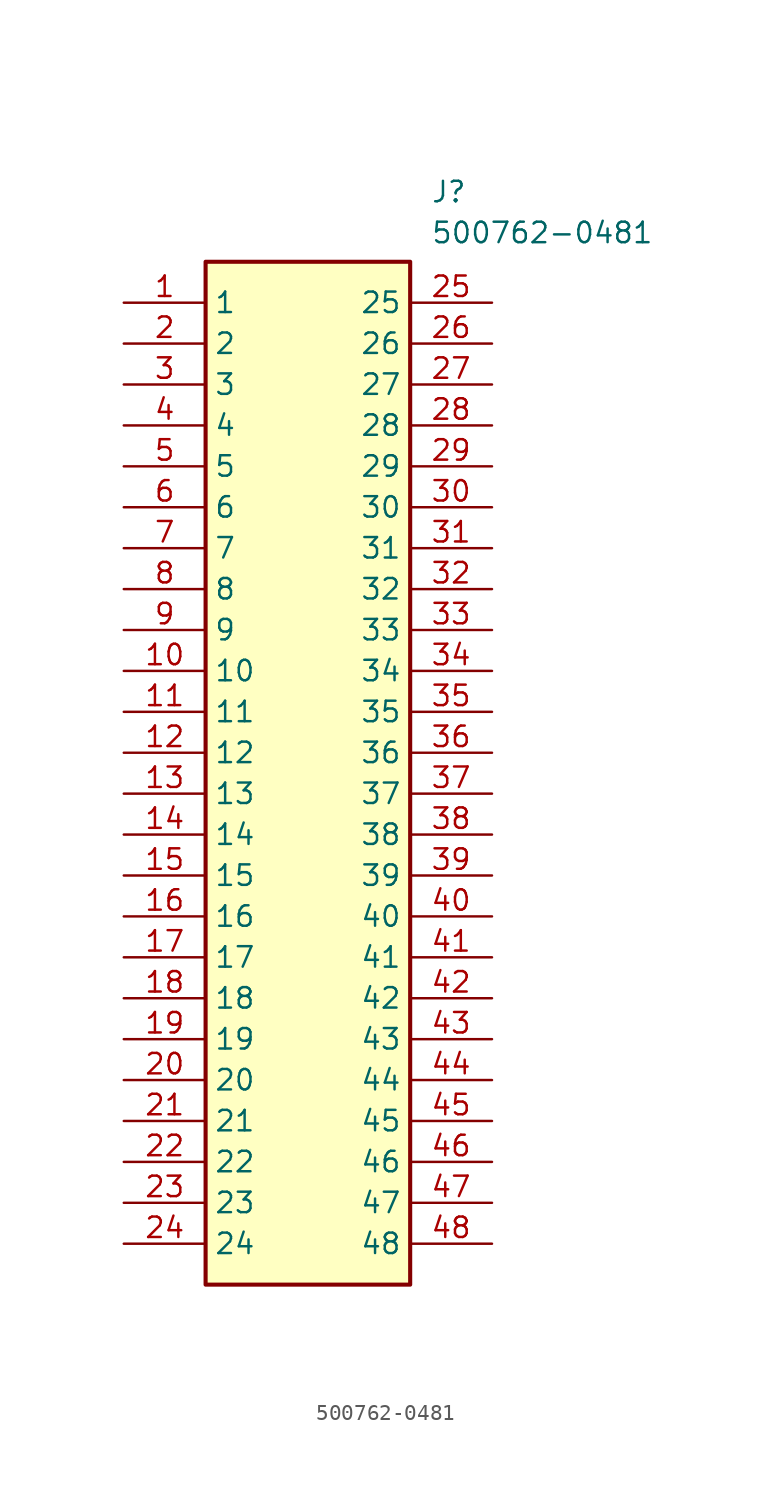
<source format=kicad_sym>
(kicad_symbol_lib
  (version 20220914)
  (generator kicad_symbol_editor)
  (symbol "500762-0481"
    (property "Reference" "J"
      (at 19.05 7.62 0)
      (effects (font (size 1.27 1.27)) (justify left top)))
    (property "Value" "500762-0481"
      (at 19.05 5.08 0)
      (effects (font (size 1.27 1.27)) (justify left top)))
    (symbol "500762-0481_1_1"
      (rectangle (start 5.08 2.54) (end 17.78 -60.96) (stroke (width 0.254) (type default)) (fill (type background)))
      (pin passive line (at 0 0 0) (length 5.08) (name "1" (effects (font (size 1.27 1.27)))) (number "1" (effects (font (size 1.27 1.27)))))
      (pin passive line (at 0 -22.86 0) (length 5.08) (name "10" (effects (font (size 1.27 1.27)))) (number "10" (effects (font (size 1.27 1.27)))))
      (pin passive line (at 0 -25.4 0) (length 5.08) (name "11" (effects (font (size 1.27 1.27)))) (number "11" (effects (font (size 1.27 1.27)))))
      (pin passive line (at 0 -27.94 0) (length 5.08) (name "12" (effects (font (size 1.27 1.27)))) (number "12" (effects (font (size 1.27 1.27)))))
      (pin passive line (at 0 -30.48 0) (length 5.08) (name "13" (effects (font (size 1.27 1.27)))) (number "13" (effects (font (size 1.27 1.27)))))
      (pin passive line (at 0 -33.02 0) (length 5.08) (name "14" (effects (font (size 1.27 1.27)))) (number "14" (effects (font (size 1.27 1.27)))))
      (pin passive line (at 0 -35.56 0) (length 5.08) (name "15" (effects (font (size 1.27 1.27)))) (number "15" (effects (font (size 1.27 1.27)))))
      (pin passive line (at 0 -38.1 0) (length 5.08) (name "16" (effects (font (size 1.27 1.27)))) (number "16" (effects (font (size 1.27 1.27)))))
      (pin passive line (at 0 -40.64 0) (length 5.08) (name "17" (effects (font (size 1.27 1.27)))) (number "17" (effects (font (size 1.27 1.27)))))
      (pin passive line (at 0 -43.18 0) (length 5.08) (name "18" (effects (font (size 1.27 1.27)))) (number "18" (effects (font (size 1.27 1.27)))))
      (pin passive line (at 0 -45.72 0) (length 5.08) (name "19" (effects (font (size 1.27 1.27)))) (number "19" (effects (font (size 1.27 1.27)))))
      (pin passive line (at 0 -2.54 0) (length 5.08) (name "2" (effects (font (size 1.27 1.27)))) (number "2" (effects (font (size 1.27 1.27)))))
      (pin passive line (at 0 -48.26 0) (length 5.08) (name "20" (effects (font (size 1.27 1.27)))) (number "20" (effects (font (size 1.27 1.27)))))
      (pin passive line (at 0 -50.8 0) (length 5.08) (name "21" (effects (font (size 1.27 1.27)))) (number "21" (effects (font (size 1.27 1.27)))))
      (pin passive line (at 0 -53.34 0) (length 5.08) (name "22" (effects (font (size 1.27 1.27)))) (number "22" (effects (font (size 1.27 1.27)))))
      (pin passive line (at 0 -55.88 0) (length 5.08) (name "23" (effects (font (size 1.27 1.27)))) (number "23" (effects (font (size 1.27 1.27)))))
      (pin passive line (at 0 -58.42 0) (length 5.08) (name "24" (effects (font (size 1.27 1.27)))) (number "24" (effects (font (size 1.27 1.27)))))
      (pin passive line (at 22.86 0 180) (length 5.08) (name "25" (effects (font (size 1.27 1.27)))) (number "25" (effects (font (size 1.27 1.27)))))
      (pin passive line (at 22.86 -2.54 180) (length 5.08) (name "26" (effects (font (size 1.27 1.27)))) (number "26" (effects (font (size 1.27 1.27)))))
      (pin passive line (at 22.86 -5.08 180) (length 5.08) (name "27" (effects (font (size 1.27 1.27)))) (number "27" (effects (font (size 1.27 1.27)))))
      (pin passive line (at 22.86 -7.62 180) (length 5.08) (name "28" (effects (font (size 1.27 1.27)))) (number "28" (effects (font (size 1.27 1.27)))))
      (pin passive line (at 22.86 -10.16 180) (length 5.08) (name "29" (effects (font (size 1.27 1.27)))) (number "29" (effects (font (size 1.27 1.27)))))
      (pin passive line (at 0 -5.08 0) (length 5.08) (name "3" (effects (font (size 1.27 1.27)))) (number "3" (effects (font (size 1.27 1.27)))))
      (pin passive line (at 22.86 -12.7 180) (length 5.08) (name "30" (effects (font (size 1.27 1.27)))) (number "30" (effects (font (size 1.27 1.27)))))
      (pin passive line (at 22.86 -15.24 180) (length 5.08) (name "31" (effects (font (size 1.27 1.27)))) (number "31" (effects (font (size 1.27 1.27)))))
      (pin passive line (at 22.86 -17.78 180) (length 5.08) (name "32" (effects (font (size 1.27 1.27)))) (number "32" (effects (font (size 1.27 1.27)))))
      (pin passive line (at 22.86 -20.32 180) (length 5.08) (name "33" (effects (font (size 1.27 1.27)))) (number "33" (effects (font (size 1.27 1.27)))))
      (pin passive line (at 22.86 -22.86 180) (length 5.08) (name "34" (effects (font (size 1.27 1.27)))) (number "34" (effects (font (size 1.27 1.27)))))
      (pin passive line (at 22.86 -25.4 180) (length 5.08) (name "35" (effects (font (size 1.27 1.27)))) (number "35" (effects (font (size 1.27 1.27)))))
      (pin passive line (at 22.86 -27.94 180) (length 5.08) (name "36" (effects (font (size 1.27 1.27)))) (number "36" (effects (font (size 1.27 1.27)))))
      (pin passive line (at 22.86 -30.48 180) (length 5.08) (name "37" (effects (font (size 1.27 1.27)))) (number "37" (effects (font (size 1.27 1.27)))))
      (pin passive line (at 22.86 -33.02 180) (length 5.08) (name "38" (effects (font (size 1.27 1.27)))) (number "38" (effects (font (size 1.27 1.27)))))
      (pin passive line (at 22.86 -35.56 180) (length 5.08) (name "39" (effects (font (size 1.27 1.27)))) (number "39" (effects (font (size 1.27 1.27)))))
      (pin passive line (at 0 -7.62 0) (length 5.08) (name "4" (effects (font (size 1.27 1.27)))) (number "4" (effects (font (size 1.27 1.27)))))
      (pin passive line (at 22.86 -38.1 180) (length 5.08) (name "40" (effects (font (size 1.27 1.27)))) (number "40" (effects (font (size 1.27 1.27)))))
      (pin passive line (at 22.86 -40.64 180) (length 5.08) (name "41" (effects (font (size 1.27 1.27)))) (number "41" (effects (font (size 1.27 1.27)))))
      (pin passive line (at 22.86 -43.18 180) (length 5.08) (name "42" (effects (font (size 1.27 1.27)))) (number "42" (effects (font (size 1.27 1.27)))))
      (pin passive line (at 22.86 -45.72 180) (length 5.08) (name "43" (effects (font (size 1.27 1.27)))) (number "43" (effects (font (size 1.27 1.27)))))
      (pin passive line (at 22.86 -48.26 180) (length 5.08) (name "44" (effects (font (size 1.27 1.27)))) (number "44" (effects (font (size 1.27 1.27)))))
      (pin passive line (at 22.86 -50.8 180) (length 5.08) (name "45" (effects (font (size 1.27 1.27)))) (number "45" (effects (font (size 1.27 1.27)))))
      (pin passive line (at 22.86 -53.34 180) (length 5.08) (name "46" (effects (font (size 1.27 1.27)))) (number "46" (effects (font (size 1.27 1.27)))))
      (pin passive line (at 22.86 -55.88 180) (length 5.08) (name "47" (effects (font (size 1.27 1.27)))) (number "47" (effects (font (size 1.27 1.27)))))
      (pin passive line (at 22.86 -58.42 180) (length 5.08) (name "48" (effects (font (size 1.27 1.27)))) (number "48" (effects (font (size 1.27 1.27)))))
      (pin passive line (at 0 -10.16 0) (length 5.08) (name "5" (effects (font (size 1.27 1.27)))) (number "5" (effects (font (size 1.27 1.27)))))
      (pin passive line (at 0 -12.7 0) (length 5.08) (name "6" (effects (font (size 1.27 1.27)))) (number "6" (effects (font (size 1.27 1.27)))))
      (pin passive line (at 0 -15.24 0) (length 5.08) (name "7" (effects (font (size 1.27 1.27)))) (number "7" (effects (font (size 1.27 1.27)))))
      (pin passive line (at 0 -17.78 0) (length 5.08) (name "8" (effects (font (size 1.27 1.27)))) (number "8" (effects (font (size 1.27 1.27)))))
      (pin passive line (at 0 -20.32 0) (length 5.08) (name "9" (effects (font (size 1.27 1.27)))) (number "9" (effects (font (size 1.27 1.27))))))))
</source>
